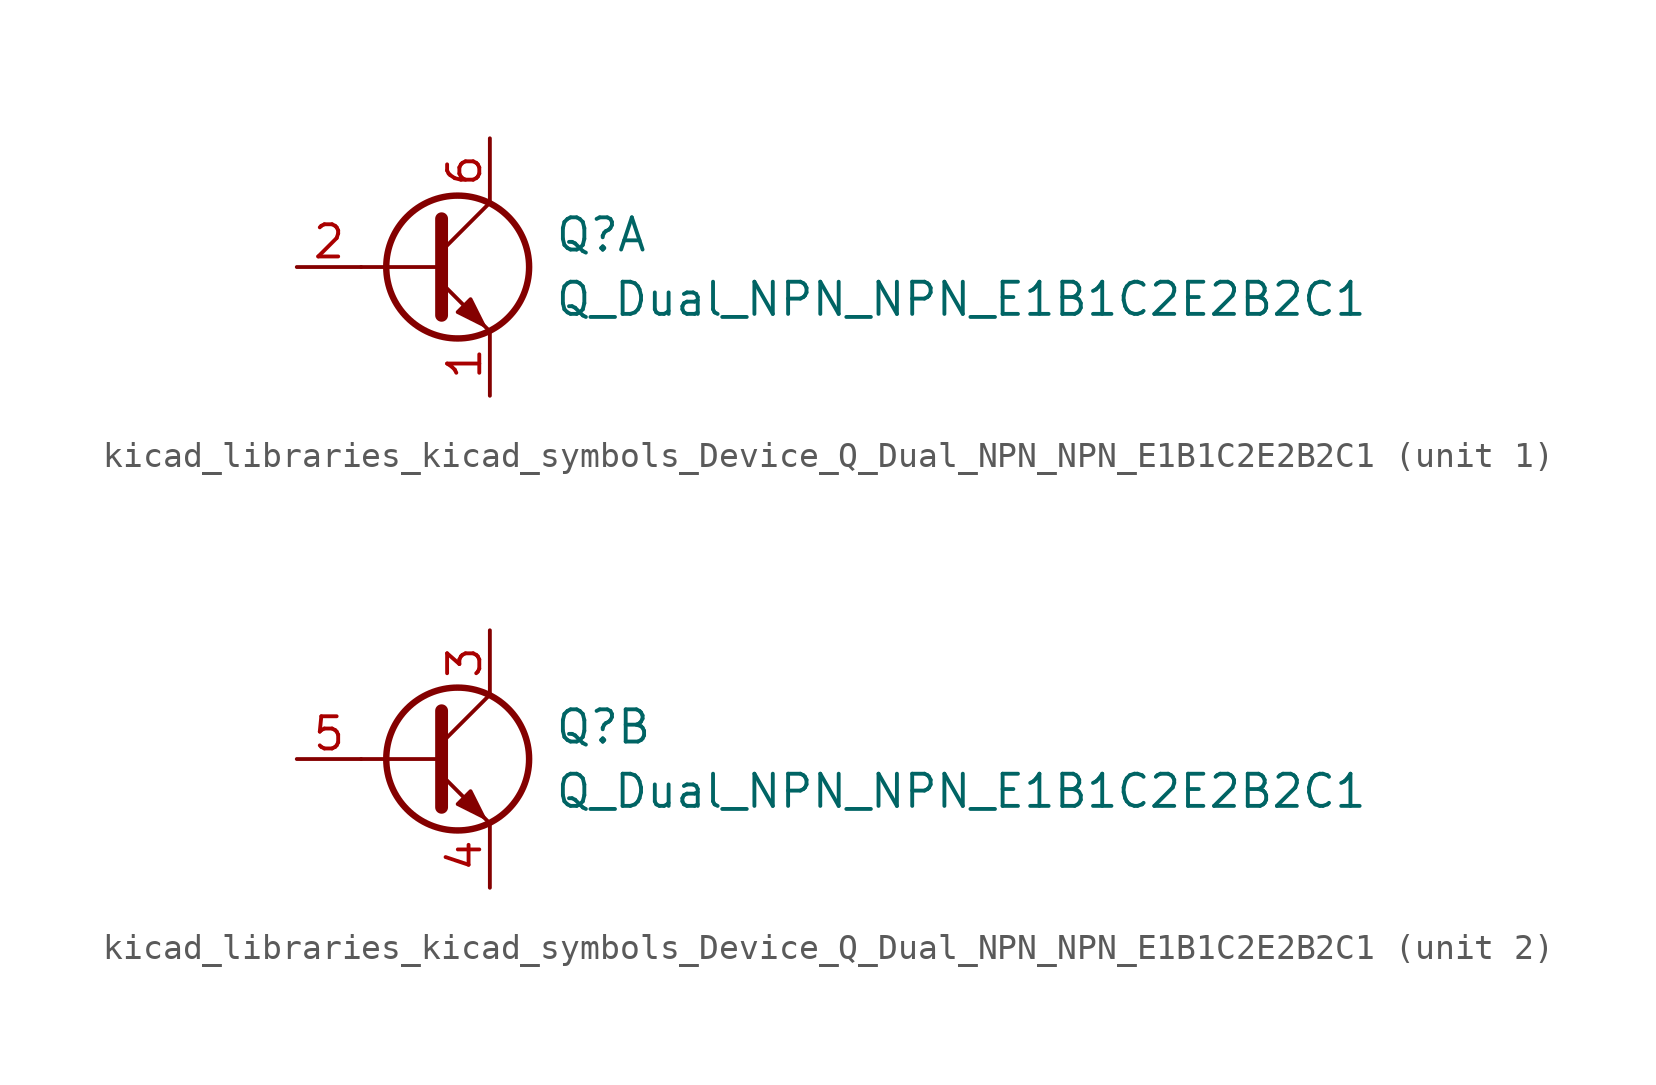
<source format=kicad_sym>
(kicad_symbol_lib
  (version 20220914)
  (generator kicad_symbol_editor)
  (symbol "kicad_libraries_kicad_symbols_Device_Q_Dual_NPN_NPN_E1B1C2E2B2C1"
    (pin_names
      (offset 0) hide)
    (property "Reference" "Q"
      (at 5.08 1.27 0)
      (effects (font (size 1.27 1.27)) (justify left)))
    (property "Value" "Q_Dual_NPN_NPN_E1B1C2E2B2C1"
      (at 5.08 -1.27 0)
      (effects (font (size 1.27 1.27)) (justify left)))
    (property "ki_locked" ""
      (at 0 0 0)
      (effects (font (size 1.27 1.27))))
    (symbol "kicad_libraries_kicad_symbols_Device_Q_Dual_NPN_NPN_E1B1C2E2B2C1_0_1"
      (polyline (pts (xy 0.635 0) (xy -2.54 0)) (stroke (width 0) (type default)) (fill (type none)))
      (polyline (pts (xy 0.635 0.635) (xy 2.54 2.54)) (stroke (width 0) (type default)) (fill (type none)))
      (polyline (pts (xy 0.635 -0.635) (xy 2.54 -2.54) (xy 2.54 -2.54)) (stroke (width 0) (type default)) (fill (type none)))
      (polyline (pts (xy 0.635 1.905) (xy 0.635 -1.905) (xy 0.635 -1.905)) (stroke (width 0.508) (type default)) (fill (type none)))
      (polyline (pts (xy 1.27 -1.778) (xy 1.778 -1.27) (xy 2.286 -2.286) (xy 1.27 -1.778) (xy 1.27 -1.778)) (stroke (width 0) (type default)) (fill (type outline)))
      (circle (center 1.27 0) (radius 2.819) (stroke (width 0.254) (type default)) (fill (type none))))
    (symbol "kicad_libraries_kicad_symbols_Device_Q_Dual_NPN_NPN_E1B1C2E2B2C1_1_1"
      (pin passive line (at 2.54 -5.08 90) (length 2.54) (name "E1" (effects (font (size 1.27 1.27)))) (number "1" (effects (font (size 1.27 1.27)))))
      (pin input line (at -5.08 0 0) (length 2.54) (name "B1" (effects (font (size 1.27 1.27)))) (number "2" (effects (font (size 1.27 1.27)))))
      (pin passive line (at 2.54 5.08 270) (length 2.54) (name "C1" (effects (font (size 1.27 1.27)))) (number "6" (effects (font (size 1.27 1.27))))))
    (symbol "kicad_libraries_kicad_symbols_Device_Q_Dual_NPN_NPN_E1B1C2E2B2C1_2_1"
      (pin passive line (at 2.54 5.08 270) (length 2.54) (name "C2" (effects (font (size 1.27 1.27)))) (number "3" (effects (font (size 1.27 1.27)))))
      (pin passive line (at 2.54 -5.08 90) (length 2.54) (name "E2" (effects (font (size 1.27 1.27)))) (number "4" (effects (font (size 1.27 1.27)))))
      (pin input line (at -5.08 0 0) (length 2.54) (name "B2" (effects (font (size 1.27 1.27)))) (number "5" (effects (font (size 1.27 1.27))))))))
</source>
